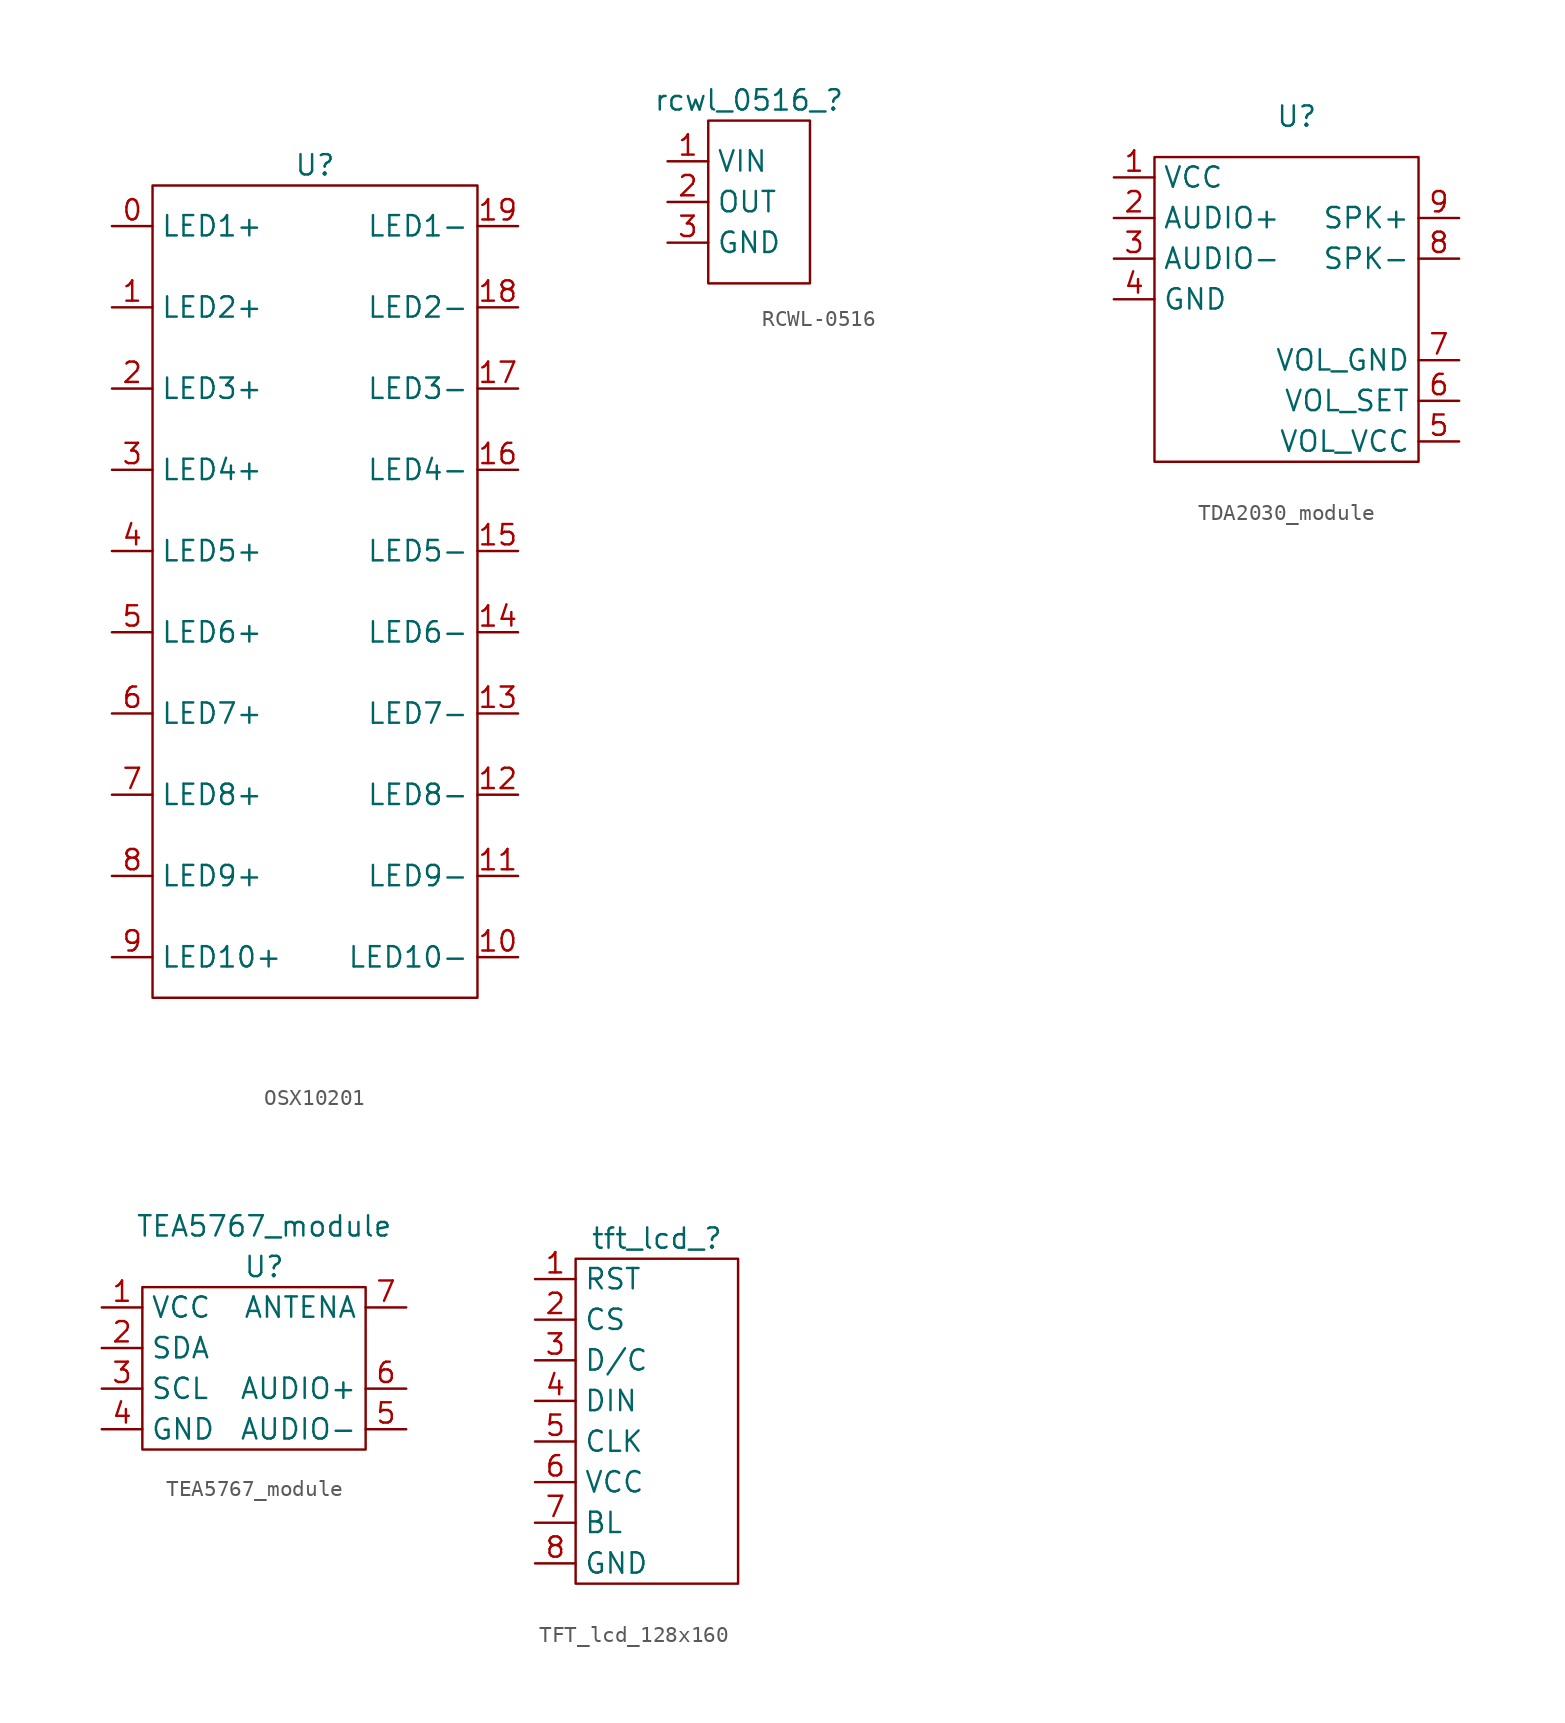
<source format=kicad_sym>
(kicad_symbol_lib
  (version 20220914)
  (generator kicad_symbol_editor)
  (symbol "OSX10201"
    (property "Reference" "U"
      (at 0 26.67 0)
      (effects (font (size 1.27 1.27))))
    (property "Value" ""
      (at -10.16 -10.16 0)
      (effects (font (size 1.27 1.27))))
    (symbol "OSX10201_0_1"
      (rectangle (start -10.16 25.4) (end 10.16 -25.4) (stroke (width 0) (type default)) (fill (type none))))
    (symbol "OSX10201_1_1"
      (pin input line (at -12.7 22.86 0) (length 2.54) (name "LED1+" (effects (font (size 1.27 1.27)))) (number "0" (effects (font (size 1.27 1.27)))))
      (pin input line (at -12.7 17.78 0) (length 2.54) (name "LED2+" (effects (font (size 1.27 1.27)))) (number "1" (effects (font (size 1.27 1.27)))))
      (pin output line (at 12.7 -22.86 180) (length 2.54) (name "LED10-" (effects (font (size 1.27 1.27)))) (number "10" (effects (font (size 1.27 1.27)))))
      (pin output line (at 12.7 -17.78 180) (length 2.54) (name "LED9-" (effects (font (size 1.27 1.27)))) (number "11" (effects (font (size 1.27 1.27)))))
      (pin output line (at 12.7 -12.7 180) (length 2.54) (name "LED8-" (effects (font (size 1.27 1.27)))) (number "12" (effects (font (size 1.27 1.27)))))
      (pin output line (at 12.7 -7.62 180) (length 2.54) (name "LED7-" (effects (font (size 1.27 1.27)))) (number "13" (effects (font (size 1.27 1.27)))))
      (pin output line (at 12.7 -2.54 180) (length 2.54) (name "LED6-" (effects (font (size 1.27 1.27)))) (number "14" (effects (font (size 1.27 1.27)))))
      (pin output line (at 12.7 2.54 180) (length 2.54) (name "LED5-" (effects (font (size 1.27 1.27)))) (number "15" (effects (font (size 1.27 1.27)))))
      (pin output line (at 12.7 7.62 180) (length 2.54) (name "LED4-" (effects (font (size 1.27 1.27)))) (number "16" (effects (font (size 1.27 1.27)))))
      (pin output line (at 12.7 12.7 180) (length 2.54) (name "LED3-" (effects (font (size 1.27 1.27)))) (number "17" (effects (font (size 1.27 1.27)))))
      (pin output line (at 12.7 17.78 180) (length 2.54) (name "LED2-" (effects (font (size 1.27 1.27)))) (number "18" (effects (font (size 1.27 1.27)))))
      (pin output line (at 12.7 22.86 180) (length 2.54) (name "LED1-" (effects (font (size 1.27 1.27)))) (number "19" (effects (font (size 1.27 1.27)))))
      (pin input line (at -12.7 12.7 0) (length 2.54) (name "LED3+" (effects (font (size 1.27 1.27)))) (number "2" (effects (font (size 1.27 1.27)))))
      (pin input line (at -12.7 7.62 0) (length 2.54) (name "LED4+" (effects (font (size 1.27 1.27)))) (number "3" (effects (font (size 1.27 1.27)))))
      (pin input line (at -12.7 2.54 0) (length 2.54) (name "LED5+" (effects (font (size 1.27 1.27)))) (number "4" (effects (font (size 1.27 1.27)))))
      (pin input line (at -12.7 -2.54 0) (length 2.54) (name "LED6+" (effects (font (size 1.27 1.27)))) (number "5" (effects (font (size 1.27 1.27)))))
      (pin input line (at -12.7 -7.62 0) (length 2.54) (name "LED7+" (effects (font (size 1.27 1.27)))) (number "6" (effects (font (size 1.27 1.27)))))
      (pin input line (at -12.7 -12.7 0) (length 2.54) (name "LED8+" (effects (font (size 1.27 1.27)))) (number "7" (effects (font (size 1.27 1.27)))))
      (pin input line (at -12.7 -17.78 0) (length 2.54) (name "LED9+" (effects (font (size 1.27 1.27)))) (number "8" (effects (font (size 1.27 1.27)))))
      (pin input line (at -12.7 -22.86 0) (length 2.54) (name "LED10+" (effects (font (size 1.27 1.27)))) (number "9" (effects (font (size 1.27 1.27)))))))
  (symbol "RCWL-0516"
    (property "Reference" "rcwl_0516_"
      (at -1.27 6.35 0)
      (effects (font (size 1.27 1.27))))
    (property "Value" ""
      (at 12.7 1.27 0)
      (effects (font (size 1.27 1.27))))
    (symbol "RCWL-0516_0_1"
      (rectangle (start -3.81 5.08) (end 2.54 -5.08) (stroke (width 0) (type default)) (fill (type none))))
    (symbol "RCWL-0516_1_1"
      (pin power_in line (at -6.35 2.54 0) (length 2.54) (name "VIN" (effects (font (size 1.27 1.27)))) (number "1" (effects (font (size 1.27 1.27)))))
      (pin output line (at -6.35 0 0) (length 2.54) (name "OUT" (effects (font (size 1.27 1.27)))) (number "2" (effects (font (size 1.27 1.27)))))
      (pin power_in line (at -6.35 -2.54 0) (length 2.54) (name "GND" (effects (font (size 1.27 1.27)))) (number "3" (effects (font (size 1.27 1.27)))))))
  (symbol "TDA2030_module"
    (property "Reference" "U"
      (at 0 7.62 0)
      (effects (font (size 1.27 1.27))))
    (property "Value" ""
      (at -8.89 0 0)
      (effects (font (size 1.27 1.27))))
    (symbol "TDA2030_module_0_1"
      (rectangle (start -8.89 5.08) (end 7.62 -13.97) (stroke (width 0) (type default)) (fill (type none))))
    (symbol "TDA2030_module_1_1"
      (pin power_in line (at -11.43 3.81 0) (length 2.54) (name "VCC" (effects (font (size 1.27 1.27)))) (number "1" (effects (font (size 1.27 1.27)))))
      (pin input line (at -11.43 1.27 0) (length 2.54) (name "AUDIO+" (effects (font (size 1.27 1.27)))) (number "2" (effects (font (size 1.27 1.27)))))
      (pin output line (at -11.43 -1.27 0) (length 2.54) (name "AUDIO-" (effects (font (size 1.27 1.27)))) (number "3" (effects (font (size 1.27 1.27)))))
      (pin power_in line (at -11.43 -3.81 0) (length 2.54) (name "GND" (effects (font (size 1.27 1.27)))) (number "4" (effects (font (size 1.27 1.27)))))
      (pin input line (at 10.16 -12.7 180) (length 2.54) (name "VOL_VCC" (effects (font (size 1.27 1.27)))) (number "5" (effects (font (size 1.27 1.27)))))
      (pin input line (at 10.16 -10.16 180) (length 2.54) (name "VOL_SET" (effects (font (size 1.27 1.27)))) (number "6" (effects (font (size 1.27 1.27)))))
      (pin input line (at 10.16 -7.62 180) (length 2.54) (name "VOL_GND" (effects (font (size 1.27 1.27)))) (number "7" (effects (font (size 1.27 1.27)))))
      (pin output line (at 10.16 -1.27 180) (length 2.54) (name "SPK-" (effects (font (size 1.27 1.27)))) (number "8" (effects (font (size 1.27 1.27)))))
      (pin output line (at 10.16 1.27 180) (length 2.54) (name "SPK+" (effects (font (size 1.27 1.27)))) (number "9" (effects (font (size 1.27 1.27)))))))
  (symbol "TEA5767_module"
    (property "Reference" "U"
      (at 1.27 6.35 0)
      (effects (font (size 1.27 1.27))))
    (property "Value" "TEA5767_module"
      (at 1.27 8.89 0)
      (effects (font (size 1.27 1.27))))
    (symbol "TEA5767_module_0_1"
      (rectangle (start -6.35 5.08) (end 7.62 -5.08) (stroke (width 0) (type default)) (fill (type none))))
    (symbol "TEA5767_module_1_1"
      (pin power_in line (at -8.89 3.81 0) (length 2.54) (name "VCC" (effects (font (size 1.27 1.27)))) (number "1" (effects (font (size 1.27 1.27)))))
      (pin input line (at -8.89 1.27 0) (length 2.54) (name "SDA" (effects (font (size 1.27 1.27)))) (number "2" (effects (font (size 1.27 1.27)))))
      (pin input line (at -8.89 -1.27 0) (length 2.54) (name "SCL" (effects (font (size 1.27 1.27)))) (number "3" (effects (font (size 1.27 1.27)))))
      (pin power_in line (at -8.89 -3.81 0) (length 2.54) (name "GND" (effects (font (size 1.27 1.27)))) (number "4" (effects (font (size 1.27 1.27)))))
      (pin output line (at 10.16 -3.81 180) (length 2.54) (name "AUDIO-" (effects (font (size 1.27 1.27)))) (number "5" (effects (font (size 1.27 1.27)))))
      (pin output line (at 10.16 -1.27 180) (length 2.54) (name "AUDIO+" (effects (font (size 1.27 1.27)))) (number "6" (effects (font (size 1.27 1.27)))))
      (pin output line (at 10.16 3.81 180) (length 2.54) (name "ANTENA" (effects (font (size 1.27 1.27)))) (number "7" (effects (font (size 1.27 1.27)))))))
  (symbol "TFT_lcd_128x160"
    (property "Reference" "tft_lcd_"
      (at 0 11.43 0)
      (effects (font (size 1.27 1.27))))
    (property "Value" ""
      (at -5.08 0 0)
      (effects (font (size 1.27 1.27))))
    (symbol "TFT_lcd_128x160_0_1"
      (rectangle (start -5.08 10.16) (end 5.08 -10.16) (stroke (width 0) (type default)) (fill (type none))))
    (symbol "TFT_lcd_128x160_1_1"
      (pin input line (at -7.62 8.89 0) (length 2.54) (name "RST" (effects (font (size 1.27 1.27)))) (number "1" (effects (font (size 1.27 1.27)))))
      (pin input line (at -7.62 6.35 0) (length 2.54) (name "CS" (effects (font (size 1.27 1.27)))) (number "2" (effects (font (size 1.27 1.27)))))
      (pin input line (at -7.62 3.81 0) (length 2.54) (name "D/C" (effects (font (size 1.27 1.27)))) (number "3" (effects (font (size 1.27 1.27)))))
      (pin input line (at -7.62 1.27 0) (length 2.54) (name "DIN" (effects (font (size 1.27 1.27)))) (number "4" (effects (font (size 1.27 1.27)))))
      (pin input line (at -7.62 -1.27 0) (length 2.54) (name "CLK" (effects (font (size 1.27 1.27)))) (number "5" (effects (font (size 1.27 1.27)))))
      (pin power_in line (at -7.62 -3.81 0) (length 2.54) (name "VCC" (effects (font (size 1.27 1.27)))) (number "6" (effects (font (size 1.27 1.27)))))
      (pin input line (at -7.62 -6.35 0) (length 2.54) (name "BL" (effects (font (size 1.27 1.27)))) (number "7" (effects (font (size 1.27 1.27)))))
      (pin power_in line (at -7.62 -8.89 0) (length 2.54) (name "GND" (effects (font (size 1.27 1.27)))) (number "8" (effects (font (size 1.27 1.27))))))))
</source>
